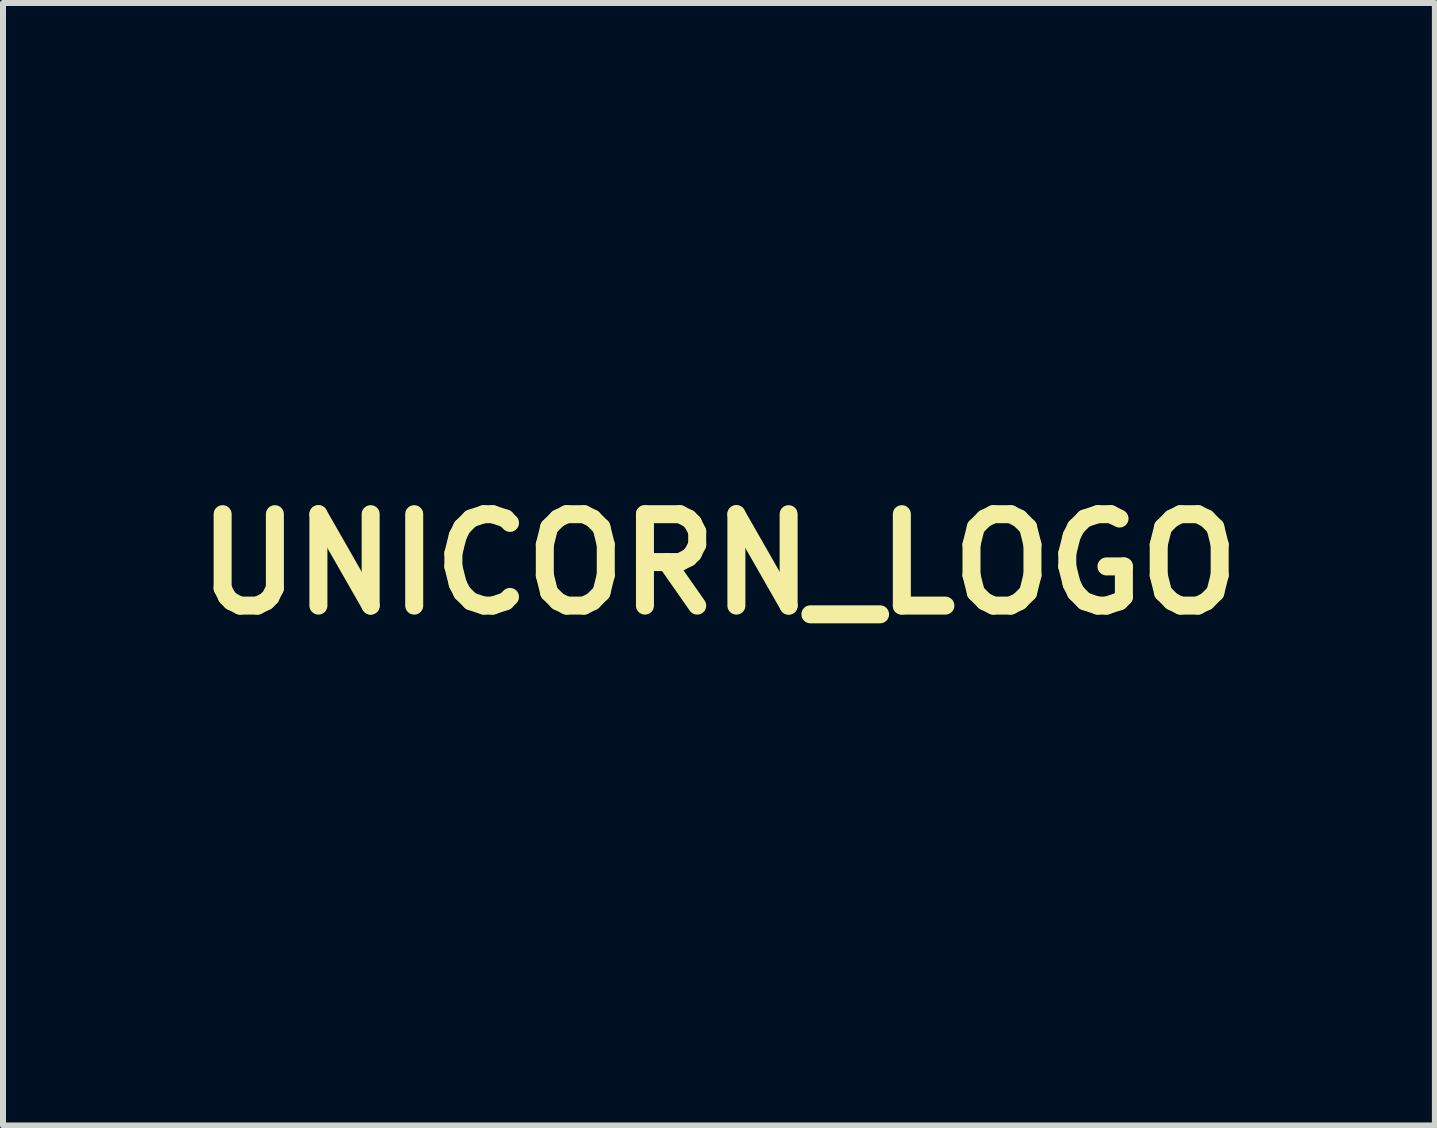
<source format=kicad_pcb>
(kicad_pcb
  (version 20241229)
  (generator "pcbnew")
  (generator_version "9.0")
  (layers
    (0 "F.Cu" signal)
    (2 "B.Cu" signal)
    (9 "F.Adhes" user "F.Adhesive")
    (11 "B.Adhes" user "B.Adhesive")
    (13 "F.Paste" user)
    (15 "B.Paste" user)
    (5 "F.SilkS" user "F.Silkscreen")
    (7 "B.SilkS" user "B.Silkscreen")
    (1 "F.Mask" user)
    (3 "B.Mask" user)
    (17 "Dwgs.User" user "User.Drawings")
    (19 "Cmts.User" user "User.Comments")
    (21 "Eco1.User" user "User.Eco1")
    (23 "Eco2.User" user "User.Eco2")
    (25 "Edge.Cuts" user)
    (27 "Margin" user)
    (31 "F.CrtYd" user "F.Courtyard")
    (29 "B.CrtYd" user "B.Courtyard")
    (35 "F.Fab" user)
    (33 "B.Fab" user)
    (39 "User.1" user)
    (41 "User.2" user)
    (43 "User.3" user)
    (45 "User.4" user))
  (footprint "UNICORN_LOGO"
    (layer "F.Cu")
    (at 8.934 6.355)
    (property "Reference" "UNICORN_LOGO" (at 0 0 0) (layer "F.SilkS") (effects (font (size 1.524 1.524) (thickness 0.3))))
    (attr through_hole)
    (fp_poly (pts (xy 1.034 -1.458) (xy 1.068 -1.439) (xy 1.066 -1.417) (xy 1.058 -1.407) (xy 1.02 -1.378) (xy 0.991 -1.389) (xy 0.982 -1.407) (xy 0.975 -1.451) (xy 0.999 -1.466) (xy 1.034 -1.458)) (stroke (width 0.01) (type solid)) (fill yes) (layer "F.Mask"))
    (fp_poly (pts (xy 8.467 6.35) (xy -8.467 6.35) (xy -8.467 5.842) (xy -5.75 5.842) (xy -5.726 5.831) (xy -5.676 5.8) (xy -5.609 5.757) (xy -5.57 5.731) (xy -5.49 5.671) (xy -5.393 5.591) (xy -5.292 5.501) (xy -5.205 5.419) (xy -5.077 5.284) (xy -4.981 5.162) (xy -4.912 5.044) (xy -4.868 4.922) (xy -4.842 4.787) (xy -4.833 4.697) (xy -4.832 4.457) (xy -4.859 4.234) (xy -4.914 4.035) (xy -4.987 3.879) (xy -5.025 3.82) (xy -5.049 3.8) (xy -5.057 3.816) (xy -5.049 3.867) (xy -5.024 3.951) (xy -5.02 3.963) (xy -4.987 4.098) (xy -4.968 4.259) (xy -4.964 4.429) (xy -4.976 4.595) (xy -5.003 4.74) (xy -5.004 4.741) (xy -5.068 4.949) (xy -5.144 5.126) (xy -5.237 5.285) (xy -5.353 5.436) (xy -5.501 5.59) (xy -5.542 5.63) (xy -5.62 5.704) (xy -5.684 5.767) (xy -5.729 5.813) (xy -5.75 5.839) (xy -5.75 5.842) (xy -8.467 5.842) (xy -8.467 3.124) (xy -5.437 3.124) (xy -5.43 3.132) (xy -5.419 3.133) (xy -5.398 3.116) (xy -5.366 3.072) (xy -5.335 3.022) (xy -5.281 2.914) (xy -5.232 2.787) (xy -5.186 2.633) (xy -5.142 2.449) (xy -5.135 2.416) (xy -4.697 2.416) (xy -4.684 2.626) (xy -4.641 2.846) (xy -4.566 3.082) (xy -4.508 3.229) (xy -4.426 3.423) (xy -4.359 3.584) (xy -4.306 3.72) (xy -4.266 3.836) (xy -4.237 3.94) (xy -4.218 4.037) (xy -4.207 4.135) (xy -4.204 4.239) (xy -4.205 4.357) (xy -4.211 4.494) (xy -4.215 4.572) (xy -4.234 4.823) (xy -4.263 5.036) (xy -4.302 5.218) (xy -4.353 5.373) (xy -4.394 5.465) (xy -4.423 5.523) (xy -4.441 5.565) (xy -4.445 5.577) (xy -4.434 5.588) (xy -4.406 5.571) (xy -4.389 5.551) (xy -4.364 5.515) (xy -4.326 5.455) (xy -4.282 5.383) (xy -4.278 5.376) (xy -4.152 5.122) (xy -4.064 4.853) (xy -4.014 4.566) (xy -4.001 4.318) (xy -4.008 4.102) (xy -4.032 3.905) (xy -4.074 3.717) (xy -4.139 3.529) (xy -4.228 3.33) (xy -4.339 3.122) (xy -4.4 3.012) (xy -4.457 2.905) (xy -4.505 2.811) (xy -4.538 2.74) (xy -4.548 2.717) (xy -4.577 2.629) (xy -4.605 2.516) (xy -4.631 2.394) (xy -4.65 2.28) (xy -4.659 2.188) (xy -4.659 2.183) (xy -4.662 2.134) (xy -4.668 2.121) (xy -4.675 2.139) (xy -4.682 2.182) (xy -4.689 2.244) (xy -4.694 2.32) (xy -4.697 2.405) (xy -4.697 2.416) (xy -5.135 2.416) (xy -5.101 2.244) (xy -5.077 2.119) (xy -5.053 2.002) (xy -5.03 1.901) (xy -5.012 1.827) (xy -5.004 1.799) (xy -4.989 1.745) (xy -4.966 1.659) (xy -4.94 1.552) (xy -4.912 1.434) (xy -4.899 1.376) (xy -4.857 1.203) (xy -4.508 1.203) (xy -4.501 1.246) (xy -4.485 1.316) (xy -4.461 1.407) (xy -4.429 1.515) (xy -4.392 1.635) (xy -4.35 1.763) (xy -4.306 1.893) (xy -4.26 2.022) (xy -4.215 2.144) (xy -4.175 2.244) (xy -4.121 2.37) (xy -4.062 2.499) (xy -4 2.624) (xy -3.939 2.741) (xy -3.883 2.844) (xy -3.833 2.926) (xy -3.794 2.982) (xy -3.769 3.005) (xy -3.766 3.006) (xy -3.747 2.999) (xy -3.747 2.998) (xy -3.754 2.976) (xy -3.776 2.92) (xy -3.811 2.835) (xy -3.856 2.725) (xy -3.909 2.595) (xy -3.969 2.45) (xy -4.033 2.294) (xy -4.1 2.133) (xy -4.167 1.971) (xy -4.232 1.813) (xy -4.295 1.664) (xy -4.351 1.528) (xy -4.401 1.41) (xy -4.44 1.316) (xy -4.469 1.249) (xy -4.484 1.215) (xy -4.486 1.212) (xy -4.503 1.19) (xy -4.508 1.203) (xy -4.857 1.203) (xy -4.781 0.884) (xy -4.765 0.822) (xy -4.402 0.822) (xy -4.401 0.862) (xy -4.391 0.942) (xy -4.373 1.064) (xy -4.346 1.227) (xy -4.34 1.259) (xy -4.307 1.439) (xy -4.276 1.586) (xy -4.243 1.71) (xy -4.205 1.821) (xy -4.158 1.928) (xy -4.098 2.04) (xy -4.023 2.168) (xy -3.996 2.212) (xy -3.948 2.284) (xy -3.893 2.36) (xy -3.837 2.432) (xy -3.784 2.493) (xy -3.742 2.537) (xy -3.717 2.556) (xy -3.713 2.555) (xy -3.72 2.536) (xy -3.744 2.484) (xy -3.781 2.407) (xy -3.829 2.308) (xy -3.884 2.195) (xy -3.894 2.176) (xy -4.033 1.881) (xy -4.122 1.666) (xy -3.555 1.666) (xy -3.543 1.714) (xy -3.509 1.795) (xy -3.504 1.806) (xy -3.455 1.919) (xy -3.41 2.032) (xy -3.371 2.148) (xy -3.334 2.273) (xy -3.299 2.411) (xy -3.265 2.568) (xy -3.231 2.748) (xy -3.195 2.956) (xy -3.157 3.198) (xy -3.122 3.429) (xy -3.073 3.744) (xy -3.026 4.032) (xy -2.979 4.291) (xy -2.934 4.518) (xy -2.892 4.71) (xy -2.852 4.864) (xy -2.833 4.927) (xy -2.807 5.005) (xy -2.772 5.099) (xy -2.731 5.202) (xy -2.689 5.306) (xy -2.647 5.405) (xy -2.609 5.491) (xy -2.578 5.557) (xy -2.556 5.596) (xy -2.548 5.603) (xy -2.551 5.582) (xy -2.562 5.526) (xy -2.58 5.445) (xy -2.604 5.344) (xy -2.614 5.301) (xy -2.646 5.163) (xy -2.681 5.002) (xy -2.714 4.839) (xy -2.741 4.693) (xy -2.742 4.688) (xy -2.805 4.327) (xy -2.863 4.003) (xy -2.916 3.715) (xy -2.964 3.459) (xy -3.01 3.232) (xy -3.052 3.03) (xy -3.093 2.85) (xy -3.133 2.688) (xy -3.173 2.542) (xy -3.213 2.408) (xy -3.255 2.283) (xy -3.299 2.163) (xy -3.346 2.045) (xy -3.396 1.927) (xy -3.413 1.889) (xy -3.456 1.798) (xy -3.495 1.723) (xy -3.527 1.671) (xy -3.546 1.651) (xy -3.547 1.651) (xy -3.555 1.666) (xy -4.122 1.666) (xy -4.148 1.602) (xy -4.223 1.386) (xy -3.174 1.386) (xy -3.171 1.407) (xy -3.15 1.457) (xy -3.113 1.526) (xy -3.074 1.593) (xy -2.91 1.89) (xy -2.767 2.202) (xy -2.645 2.537) (xy -2.539 2.899) (xy -2.449 3.295) (xy -2.435 3.365) (xy -2.417 3.469) (xy -2.397 3.593) (xy -2.377 3.73) (xy -2.357 3.872) (xy -2.339 4.009) (xy -2.324 4.134) (xy -2.313 4.237) (xy -2.308 4.311) (xy -2.307 4.329) (xy -2.301 4.384) (xy -2.286 4.4) (xy -2.268 4.376) (xy -2.257 4.338) (xy -2.238 4.201) (xy -2.229 4.033) (xy -2.228 3.843) (xy -2.235 3.641) (xy -2.25 3.437) (xy -2.273 3.241) (xy -2.303 3.063) (xy -2.31 3.03) (xy -2.388 2.74) (xy -2.497 2.443) (xy -2.631 2.151) (xy -2.786 1.874) (xy -2.955 1.622) (xy -3.045 1.508) (xy -3.099 1.448) (xy -3.143 1.405) (xy -3.17 1.386) (xy -3.174 1.386) (xy -4.223 1.386) (xy -4.245 1.324) (xy -4.317 1.075) (xy -4.352 0.951) (xy -4.377 0.867) (xy -4.394 0.824) (xy -4.402 0.822) (xy -4.765 0.822) (xy -4.661 0.431) (xy -4.537 0.013) (xy -4.408 -0.373) (xy -4.332 -0.574) (xy -3.441 -0.574) (xy -3.429 -0.275) (xy -3.381 0.025) (xy -3.301 0.317) (xy -3.261 0.423) (xy -3.212 0.536) (xy -3.147 0.673) (xy -3.072 0.821) (xy -2.994 0.969) (xy -2.919 1.103) (xy -2.854 1.21) (xy -2.814 1.271) (xy -2.753 1.36) (xy -2.675 1.472) (xy -2.583 1.6) (xy -2.483 1.741) (xy -2.378 1.887) (xy -2.319 1.968) (xy -2.166 2.179) (xy -2.037 2.361) (xy -1.926 2.519) (xy -1.833 2.657) (xy -1.752 2.78) (xy -1.683 2.893) (xy -1.62 3.001) (xy -1.562 3.108) (xy -1.506 3.219) (xy -1.491 3.249) (xy -1.381 3.494) (xy -1.301 3.725) (xy -1.246 3.953) (xy -1.224 4.087) (xy -1.207 4.19) (xy -1.192 4.252) (xy -1.179 4.274) (xy -1.17 4.254) (xy -1.168 4.194) (xy -1.173 4.092) (xy -1.173 4.09) (xy -1.21 3.808) (xy -1.275 3.527) (xy -1.372 3.244) (xy -1.501 2.953) (xy -1.664 2.649) (xy -1.79 2.442) (xy -1.909 2.252) (xy -2.009 2.094) (xy -2.091 1.961) (xy -2.13 1.897) (xy -1.714 1.897) (xy -1.706 1.961) (xy -1.683 2.052) (xy -1.649 2.159) (xy -1.608 2.27) (xy -1.568 2.36) (xy -1.524 2.449) (xy -1.472 2.544) (xy -1.409 2.65) (xy -1.332 2.77) (xy -1.238 2.91) (xy -1.125 3.073) (xy -0.989 3.264) (xy -0.956 3.311) (xy -0.825 3.496) (xy -0.717 3.652) (xy -0.629 3.785) (xy -0.559 3.898) (xy -0.503 3.998) (xy -0.459 4.088) (xy -0.423 4.173) (xy -0.412 4.201) (xy -0.377 4.289) (xy -0.349 4.342) (xy -0.33 4.358) (xy -0.322 4.336) (xy -0.325 4.276) (xy -0.328 4.26) (xy -0.368 4.085) (xy -0.441 3.891) (xy -0.518 3.732) (xy -0.559 3.656) (xy -0.599 3.586) (xy -0.641 3.516) (xy -0.689 3.442) (xy -0.747 3.357) (xy -0.818 3.257) (xy -0.906 3.136) (xy -1.014 2.988) (xy -1.056 2.931) (xy -1.206 2.723) (xy -1.34 2.523) (xy -1.455 2.336) (xy -1.55 2.168) (xy -1.62 2.023) (xy -1.644 1.963) (xy -1.672 1.899) (xy -1.695 1.866) (xy -1.71 1.868) (xy -1.714 1.897) (xy -2.13 1.897) (xy -2.158 1.85) (xy -2.213 1.755) (xy -2.259 1.673) (xy -2.299 1.598) (xy -2.334 1.526) (xy -2.351 1.492) (xy -2.407 1.363) (xy -2.458 1.23) (xy -1.672 1.23) (xy -1.665 1.27) (xy -1.644 1.341) (xy -1.613 1.433) (xy -1.575 1.539) (xy -1.532 1.65) (xy -1.49 1.758) (xy -1.449 1.854) (xy -1.432 1.892) (xy -1.387 1.981) (xy -1.33 2.09) (xy -1.263 2.212) (xy -1.188 2.343) (xy -1.109 2.479) (xy -1.029 2.613) (xy -0.951 2.741) (xy -0.879 2.858) (xy -0.814 2.958) (xy -0.76 3.037) (xy -0.721 3.09) (xy -0.698 3.111) (xy -0.697 3.111) (xy -0.678 3.105) (xy -0.677 3.104) (xy -0.688 3.084) (xy -0.716 3.034) (xy -0.761 2.957) (xy -0.817 2.86) (xy -0.883 2.749) (xy -0.914 2.697) (xy -0.994 2.559) (xy -1.077 2.415) (xy -1.156 2.274) (xy -1.226 2.148) (xy -1.28 2.047) (xy -1.283 2.043) (xy -1.342 1.925) (xy -1.366 1.875) (xy -0.581 1.875) (xy -0.581 2.021) (xy -0.574 2.157) (xy -0.572 2.179) (xy -0.558 2.305) (xy -0.538 2.439) (xy -0.513 2.575) (xy -0.484 2.705) (xy -0.454 2.826) (xy -0.424 2.93) (xy -0.394 3.011) (xy -0.368 3.064) (xy -0.346 3.083) (xy -0.341 3.081) (xy -0.337 3.057) (xy -0.342 3.002) (xy -0.354 2.925) (xy -0.362 2.884) (xy -0.407 2.644) (xy -0.44 2.413) (xy -0.461 2.178) (xy -0.472 1.925) (xy -0.475 1.714) (xy -0.474 1.576) (xy -0.472 1.449) (xy -0.469 1.34) (xy -0.465 1.257) (xy -0.461 1.207) (xy -0.459 1.199) (xy -0.452 1.157) (xy -0.464 1.146) (xy -0.47 1.148) (xy -0.494 1.176) (xy -0.516 1.24) (xy -0.536 1.333) (xy -0.553 1.45) (xy -0.567 1.584) (xy -0.576 1.727) (xy -0.581 1.875) (xy -1.366 1.875) (xy -1.403 1.795) (xy -1.464 1.66) (xy -1.52 1.529) (xy -1.567 1.411) (xy -1.601 1.316) (xy -1.616 1.265) (xy -1.634 1.225) (xy -1.655 1.206) (xy -1.67 1.215) (xy -1.672 1.23) (xy -2.458 1.23) (xy -2.469 1.202) (xy -2.536 1.016) (xy -2.604 0.815) (xy -2.671 0.607) (xy -2.733 0.4) (xy -2.789 0.204) (xy -2.835 0.026) (xy -2.867 -0.117) (xy -2.926 -0.477) (xy -2.958 -0.792) (xy -1.735 -0.792) (xy -1.719 -0.464) (xy -1.666 -0.126) (xy -1.579 0.218) (xy -1.457 0.565) (xy -1.416 0.665) (xy -1.387 0.724) (xy -1.347 0.799) (xy -1.3 0.881) (xy -1.251 0.963) (xy -1.204 1.037) (xy -1.165 1.095) (xy -1.137 1.129) (xy -1.128 1.135) (xy -1.133 1.116) (xy 0.421 1.116) (xy 0.463 1.226) (xy 0.52 1.345) (xy 0.599 1.46) (xy 0.706 1.574) (xy 0.843 1.692) (xy 1.015 1.818) (xy 1.096 1.873) (xy 1.25 1.971) (xy 1.374 2.043) (xy 1.472 2.091) (xy 1.541 2.115) (xy 1.537 2.101) (xy 1.526 2.08) (xy 1.48 2.018) (xy 1.404 1.937) (xy 1.302 1.843) (xy 1.178 1.739) (xy 1.146 1.714) (xy 1.368 1.714) (xy 1.455 1.789) (xy 1.53 1.862) (xy 1.606 1.953) (xy 1.687 2.069) (xy 1.777 2.217) (xy 1.797 2.253) (xy 1.848 2.344) (xy 1.877 2.406) (xy 1.886 2.443) (xy 1.879 2.459) (xy 1.833 2.475) (xy 1.79 2.456) (xy 1.765 2.432) (xy 1.72 2.393) (xy 1.659 2.354) (xy 1.644 2.346) (xy 1.595 2.322) (xy 1.575 2.317) (xy 1.578 2.332) (xy 1.585 2.344) (xy 1.621 2.393) (xy 1.682 2.455) (xy 1.757 2.52) (xy 1.833 2.579) (xy 1.9 2.622) (xy 1.906 2.625) (xy 2.033 2.684) (xy 2.137 2.718) (xy 2.227 2.727) (xy 2.313 2.713) (xy 2.374 2.691) (xy 2.528 2.604) (xy 2.651 2.494) (xy 2.741 2.364) (xy 2.793 2.217) (xy 2.804 2.155) (xy 2.808 2.112) (xy 2.807 2.101) (xy 2.792 2.113) (xy 2.761 2.153) (xy 2.72 2.213) (xy 2.71 2.229) (xy 2.621 2.355) (xy 2.532 2.451) (xy 2.448 2.513) (xy 2.371 2.539) (xy 2.36 2.54) (xy 2.261 2.526) (xy 2.167 2.48) (xy 2.071 2.398) (xy 2.051 2.378) (xy 2.001 2.324) (xy 1.955 2.268) (xy 1.906 2.202) (xy 1.849 2.119) (xy 1.778 2.011) (xy 1.748 1.966) (xy 1.656 1.851) (xy 1.551 1.77) (xy 1.44 1.728) (xy 1.368 1.714) (xy 1.146 1.714) (xy 1.039 1.63) (xy 0.888 1.52) (xy 0.888 1.52) (xy 0.809 1.46) (xy 0.719 1.386) (xy 1.994 1.386) (xy 2.008 1.465) (xy 2.041 1.512) (xy 2.096 1.556) (xy 2.11 1.564) (xy 2.18 1.598) (xy 2.216 1.605) (xy 2.223 1.587) (xy 2.203 1.542) (xy 2.197 1.533) (xy 2.187 1.506) (xy 2.418 1.506) (xy 2.43 1.568) (xy 2.461 1.612) (xy 2.515 1.649) (xy 2.529 1.657) (xy 2.577 1.675) (xy 2.598 1.666) (xy 2.591 1.626) (xy 2.56 1.561) (xy 2.515 1.465) (xy 2.493 1.393) (xy 2.493 1.336) (xy 2.511 1.287) (xy 2.531 1.245) (xy 2.528 1.231) (xy 2.5 1.237) (xy 2.494 1.239) (xy 2.459 1.251) (xy 2.438 1.267) (xy 2.427 1.297) (xy 2.421 1.351) (xy 2.418 1.414) (xy 2.418 1.506) (xy 2.187 1.506) (xy 2.149 1.41) (xy 2.131 1.267) (xy 2.146 1.11) (xy 2.172 1.009) (xy 2.186 0.963) (xy 2.138 1.005) (xy 2.079 1.08) (xy 2.032 1.177) (xy 2.003 1.284) (xy 1.994 1.386) (xy 0.719 1.386) (xy 0.716 1.384) (xy 0.623 1.303) (xy 0.585 1.269) (xy 0.421 1.116) (xy -1.133 1.116) (xy -1.133 1.115) (xy -1.152 1.062) (xy -1.182 0.984) (xy -1.219 0.887) (xy -1.24 0.835) (xy -1.363 0.51) (xy -1.466 0.208) (xy -1.548 -0.067) (xy -1.603 -0.294) (xy -1.625 -0.402) (xy -1.64 -0.497) (xy -1.651 -0.589) (xy -1.657 -0.691) (xy -1.66 -0.813) (xy -1.661 -0.937) (xy -1.662 -1.057) (xy -1.664 -1.162) (xy -1.667 -1.244) (xy -1.671 -1.296) (xy -1.675 -1.312) (xy -1.683 -1.293) (xy -1.694 -1.24) (xy -1.707 -1.163) (xy -1.715 -1.103) (xy -1.735 -0.792) (xy -2.958 -0.792) (xy -2.964 -0.85) (xy -2.98 -1.225) (xy -2.974 -1.594) (xy -2.946 -1.946) (xy -2.899 -2.254) (xy -2.894 -2.278) (xy -1.376 -2.278) (xy -1.372 -2.24) (xy -1.36 -2.181) (xy -1.342 -2.113) (xy -1.321 -2.044) (xy -1.313 -2.021) (xy -1.285 -1.95) (xy -1.247 -1.859) (xy -1.205 -1.765) (xy -1.198 -1.748) (xy -1.149 -1.636) (xy -1.12 -1.549) (xy -1.109 -1.472) (xy -1.116 -1.393) (xy -1.14 -1.3) (xy -1.161 -1.233) (xy -1.21 -1.076) (xy -1.243 -0.94) (xy -1.264 -0.807) (xy -1.275 -0.663) (xy -1.278 -0.493) (xy -1.278 -0.487) (xy -1.274 -0.312) (xy -1.26 -0.166) (xy -1.234 -0.037) (xy -1.194 0.086) (xy -1.136 0.216) (xy -1.132 0.226) (xy -1.024 0.4) (xy -0.883 0.552) (xy -0.714 0.679) (xy -0.521 0.778) (xy -0.309 0.847) (xy -0.084 0.882) (xy 0.011 0.887) (xy 0.116 0.888) (xy 0.053 0.849) (xy -0.145 0.727) (xy -0.31 0.622) (xy -0.447 0.531) (xy -0.56 0.452) (xy -0.653 0.38) (xy -0.73 0.312) (xy -0.797 0.246) (xy -0.856 0.178) (xy -0.899 0.123) (xy -0.954 0.049) (xy -0.993 -0.012) (xy -1.021 -0.071) (xy -1.043 -0.14) (xy -1.065 -0.232) (xy -1.081 -0.307) (xy -1.103 -0.459) (xy -1.112 -0.634) (xy -1.109 -0.816) (xy -1.094 -0.992) (xy -1.068 -1.146) (xy -1.055 -1.194) (xy -1.013 -1.34) (xy -0.845 -1.173) (xy -0.779 -1.109) (xy -0.725 -1.06) (xy -0.689 -1.031) (xy -0.678 -1.027) (xy -0.688 -1.056) (xy -0.714 -1.107) (xy -0.736 -1.147) (xy -0.777 -1.217) (xy -0.828 -1.305) (xy -0.876 -1.386) (xy -0.918 -1.463) (xy -0.941 -1.519) (xy -0.948 -1.565) (xy -0.944 -1.61) (xy -0.942 -1.662) (xy -0.95 -1.692) (xy -0.966 -1.692) (xy -0.98 -1.667) (xy -0.992 -1.654) (xy -1.012 -1.664) (xy -1.041 -1.7) (xy -1.083 -1.766) (xy -1.138 -1.864) (xy -1.206 -1.99) (xy -1.26 -2.089) (xy -1.306 -2.175) (xy -1.343 -2.241) (xy -1.365 -2.279) (xy -1.37 -2.286) (xy -1.376 -2.278) (xy -2.894 -2.278) (xy -2.879 -2.353) (xy -2.867 -2.418) (xy -2.861 -2.455) (xy -2.861 -2.472) (xy -2.865 -2.477) (xy -2.874 -2.477) (xy -2.878 -2.477) (xy -2.895 -2.457) (xy -2.918 -2.403) (xy -2.946 -2.322) (xy -2.976 -2.22) (xy -3.005 -2.106) (xy -3.033 -1.986) (xy -3.045 -1.924) (xy -3.106 -1.505) (xy -3.13 -1.076) (xy -3.117 -0.645) (xy -3.069 -0.215) (xy -2.987 0.206) (xy -2.87 0.613) (xy -2.719 1.002) (xy -2.637 1.177) (xy -2.581 1.291) (xy -2.542 1.371) (xy -2.52 1.42) (xy -2.514 1.443) (xy -2.521 1.442) (xy -2.542 1.421) (xy -2.554 1.408) (xy -2.636 1.305) (xy -2.728 1.173) (xy -2.822 1.024) (xy -2.912 0.869) (xy -2.991 0.718) (xy -2.995 0.709) (xy -3.108 0.446) (xy -3.205 0.166) (xy -3.281 -0.121) (xy -3.334 -0.404) (xy -3.362 -0.672) (xy -3.365 -0.798) (xy -3.369 -0.873) (xy -3.379 -0.918) (xy -3.393 -0.931) (xy -3.407 -0.907) (xy -3.416 -0.863) (xy -3.441 -0.574) (xy -4.332 -0.574) (xy -4.272 -0.731) (xy -4.128 -1.063) (xy -3.976 -1.374) (xy -3.904 -1.507) (xy -3.777 -1.726) (xy -3.632 -1.954) (xy -3.478 -2.179) (xy -3.325 -2.386) (xy -3.243 -2.489) (xy -3.184 -2.558) (xy -1.079 -2.558) (xy -1.074 -2.475) (xy -1.065 -2.384) (xy -1.05 -2.296) (xy -1.049 -2.29) (xy -1.007 -2.127) (xy -0.95 -1.963) (xy -0.875 -1.794) (xy -0.78 -1.615) (xy -0.662 -1.421) (xy -0.518 -1.209) (xy -0.347 -0.973) (xy -0.309 -0.921) (xy -0.23 -0.815) (xy -0.153 -0.707) (xy -0.085 -0.609) (xy -0.033 -0.529) (xy -0.017 -0.503) (xy 0.024 -0.436) (xy 0.056 -0.386) (xy 0.074 -0.361) (xy 0.075 -0.36) (xy 0.073 -0.379) (xy 0.062 -0.428) (xy 0.044 -0.498) (xy 0.039 -0.513) (xy 0.007 -0.617) (xy -0.033 -0.722) (xy -0.084 -0.832) (xy -0.133 -0.925) (xy 1.47 -0.925) (xy 1.475 -0.869) (xy 1.484 -0.791) (xy 1.492 -0.74) (xy 1.509 -0.625) (xy 1.528 -0.491) (xy 1.547 -0.361) (xy 1.553 -0.318) (xy 1.58 -0.145) (xy 1.606 -0.004) (xy 1.632 0.105) (xy 1.656 0.177) (xy 1.678 0.21) (xy 1.684 0.212) (xy 1.708 0.194) (xy 1.714 0.164) (xy 1.711 0.078) (xy 1.702 -0.036) (xy 1.69 -0.165) (xy 1.675 -0.296) (xy 1.669 -0.338) (xy 2.243 -0.338) (xy 2.248 -0.268) (xy 2.257 -0.197) (xy 2.331 0.153) (xy 2.441 0.492) (xy 2.59 0.825) (xy 2.748 1.107) (xy 2.9 1.357) (xy 2.905 1.631) (xy 2.908 1.733) (xy 2.91 1.818) (xy 2.913 1.878) (xy 2.915 1.904) (xy 2.915 1.905) (xy 2.923 1.886) (xy 2.94 1.837) (xy 2.962 1.767) (xy 2.965 1.756) (xy 2.995 1.633) (xy 3.006 1.515) (xy 2.995 1.397) (xy 2.963 1.272) (xy 2.906 1.133) (xy 2.824 0.973) (xy 2.757 0.857) (xy 2.563 0.49) (xy 2.41 0.112) (xy 2.302 -0.253) (xy 2.279 -0.333) (xy 2.26 -0.373) (xy 2.248 -0.374) (xy 2.243 -0.338) (xy 1.669 -0.338) (xy 1.659 -0.415) (xy 1.644 -0.509) (xy 1.64 -0.53) (xy 1.621 -0.604) (xy 1.595 -0.688) (xy 1.564 -0.772) (xy 1.533 -0.849) (xy 1.504 -0.909) (xy 1.482 -0.944) (xy 1.471 -0.949) (xy 1.47 -0.925) (xy -0.133 -0.925) (xy -0.148 -0.953) (xy -0.229 -1.091) (xy -0.329 -1.25) (xy -0.451 -1.436) (xy -0.482 -1.483) (xy 0.554 -1.483) (xy 0.557 -1.452) (xy 0.581 -1.39) (xy 0.613 -1.323) (xy 0.663 -1.228) (xy 0.711 -1.158) (xy 0.768 -1.1) (xy 0.812 -1.063) (xy 0.856 -1.036) (xy 0.908 -1.022) (xy 0.982 -1.016) (xy 1.019 -1.016) (xy 1.091 -1.018) (xy 1.143 -1.025) (xy 1.164 -1.034) (xy 1.164 -1.035) (xy 1.153 -1.06) (xy 1.114 -1.086) (xy 1.044 -1.114) (xy 0.959 -1.141) (xy 0.858 -1.177) (xy 0.793 -1.217) (xy 0.756 -1.268) (xy 0.742 -1.338) (xy 0.741 -1.373) (xy 0.739 -1.428) (xy 0.731 -1.449) (xy 0.713 -1.443) (xy 0.71 -1.44) (xy 0.681 -1.427) (xy 0.644 -1.44) (xy 0.615 -1.46) (xy 0.573 -1.485) (xy 0.554 -1.483) (xy -0.482 -1.483) (xy -0.489 -1.493) (xy -0.58 -1.63) (xy -0.598 -1.658) (xy 0.614 -1.658) (xy 0.632 -1.64) (xy 0.677 -1.615) (xy 0.706 -1.602) (xy 0.799 -1.564) (xy 0.788 -1.47) (xy 0.791 -1.362) (xy 0.829 -1.275) (xy 0.895 -1.212) (xy 0.965 -1.179) (xy 1.045 -1.165) (xy 1.115 -1.172) (xy 1.14 -1.183) (xy 1.164 -1.215) (xy 1.183 -1.268) (xy 1.184 -1.273) (xy 1.2 -1.344) (xy 1.24 -1.275) (xy 1.277 -1.223) (xy 1.301 -1.21) (xy 1.312 -1.237) (xy 1.312 -1.255) (xy 1.294 -1.328) (xy 1.246 -1.409) (xy 1.175 -1.489) (xy 1.092 -1.56) (xy 1.003 -1.613) (xy 0.922 -1.639) (xy 0.814 -1.654) (xy 0.723 -1.663) (xy 0.655 -1.666) (xy 0.618 -1.662) (xy 0.614 -1.658) (xy -0.598 -1.658) (xy -0.667 -1.764) (xy -0.746 -1.889) (xy -0.813 -1.998) (xy -0.865 -2.085) (xy -0.894 -2.139) (xy -0.912 -2.18) (xy -0.384 -2.18) (xy -0.356 -2.186) (xy -0.301 -2.2) (xy -0.262 -2.211) (xy -0.152 -2.262) (xy -0.076 -2.336) (xy -0.059 -2.376) (xy 0.924 -2.376) (xy 0.926 -2.346) (xy 0.947 -2.288) (xy 0.982 -2.211) (xy 1.028 -2.122) (xy 1.08 -2.03) (xy 1.133 -1.943) (xy 1.174 -1.884) (xy 1.206 -1.845) (xy 1.262 -1.783) (xy 1.338 -1.702) (xy 1.43 -1.605) (xy 1.534 -1.496) (xy 1.647 -1.38) (xy 1.765 -1.259) (xy 1.883 -1.138) (xy 1.999 -1.021) (xy 2.109 -0.912) (xy 2.208 -0.814) (xy 2.292 -0.731) (xy 2.359 -0.668) (xy 2.404 -0.627) (xy 2.424 -0.614) (xy 2.422 -0.63) (xy 2.403 -0.672) (xy 2.38 -0.714) (xy 2.333 -0.793) (xy 2.286 -0.865) (xy 2.237 -0.933) (xy 2.178 -1.005) (xy 2.107 -1.084) (xy 2.019 -1.177) (xy 1.909 -1.29) (xy 1.791 -1.408) (xy 1.577 -1.623) (xy 1.394 -1.814) (xy 1.243 -1.98) (xy 1.123 -2.12) (xy 1.036 -2.233) (xy 0.994 -2.298) (xy 0.96 -2.349) (xy 0.934 -2.376) (xy 0.924 -2.376) (xy -0.059 -2.376) (xy -0.035 -2.431) (xy -0.034 -2.449) (xy 1.299 -2.449) (xy 1.303 -2.426) (xy 1.325 -2.373) (xy 1.362 -2.297) (xy 1.41 -2.205) (xy 1.465 -2.103) (xy 1.525 -1.999) (xy 1.584 -1.899) (xy 1.641 -1.81) (xy 1.645 -1.804) (xy 1.789 -1.605) (xy 1.935 -1.444) (xy 2.09 -1.316) (xy 2.257 -1.216) (xy 2.34 -1.178) (xy 2.406 -1.151) (xy 2.454 -1.131) (xy 2.474 -1.124) (xy 2.462 -1.137) (xy 2.424 -1.174) (xy 2.366 -1.231) (xy 2.291 -1.303) (xy 2.233 -1.359) (xy 2.033 -1.56) (xy 1.838 -1.778) (xy 1.641 -2.021) (xy 1.481 -2.233) (xy 1.422 -2.315) (xy 1.371 -2.383) (xy 1.336 -2.432) (xy 1.32 -2.453) (xy 1.319 -2.454) (xy 1.301 -2.451) (xy 1.299 -2.449) (xy -0.034 -2.449) (xy -0.033 -2.511) (xy 1.509 -2.511) (xy 1.514 -2.488) (xy 1.543 -2.444) (xy 1.59 -2.387) (xy 1.65 -2.323) (xy 1.714 -2.261) (xy 1.765 -2.218) (xy 1.828 -2.169) (xy 1.889 -2.125) (xy 1.954 -2.082) (xy 2.031 -2.035) (xy 2.127 -1.981) (xy 2.248 -1.914) (xy 2.362 -1.852) (xy 2.51 -1.771) (xy 2.628 -1.704) (xy 2.722 -1.646) (xy 2.799 -1.594) (xy 2.865 -1.542) (xy 2.928 -1.485) (xy 2.995 -1.418) (xy 3.008 -1.405) (xy 3.108 -1.292) (xy 3.18 -1.189) (xy 3.232 -1.083) (xy 3.261 -1) (xy 3.285 -0.936) (xy 3.304 -0.913) (xy 3.315 -0.931) (xy 3.315 -0.989) (xy 3.312 -1.011) (xy 3.299 -1.085) (xy 3.278 -1.177) (xy 3.256 -1.259) (xy 3.216 -1.384) (xy 3.168 -1.492) (xy 3.11 -1.587) (xy 3.037 -1.673) (xy 2.946 -1.752) (xy 2.831 -1.829) (xy 2.689 -1.906) (xy 2.516 -1.987) (xy 2.307 -2.075) (xy 2.232 -2.106) (xy 2.058 -2.179) (xy 1.915 -2.249) (xy 1.791 -2.321) (xy 1.676 -2.4) (xy 1.613 -2.45) (xy 1.561 -2.488) (xy 1.523 -2.51) (xy 1.509 -2.511) (xy -0.033 -2.511) (xy -0.032 -2.543) (xy -0.039 -2.582) (xy -0.057 -2.656) (xy -0.083 -2.564) (xy -0.109 -2.502) (xy -0.155 -2.434) (xy -0.229 -2.353) (xy -0.255 -2.326) (xy -0.315 -2.265) (xy -0.359 -2.216) (xy -0.383 -2.186) (xy -0.384 -2.18) (xy -0.912 -2.18) (xy -0.948 -2.262) (xy -0.993 -2.388) (xy -1.024 -2.503) (xy -1.037 -2.596) (xy -1.037 -2.607) (xy -1.044 -2.654) (xy -1.058 -2.678) (xy -1.071 -2.668) (xy -1.078 -2.625) (xy -1.079 -2.558) (xy -3.184 -2.558) (xy -3.116 -2.637) (xy -2.975 -2.79) (xy -2.975 -2.79) (xy 0.296 -2.79) (xy 0.311 -2.783) (xy 0.351 -2.797) (xy 0.406 -2.828) (xy 0.469 -2.869) (xy 0.531 -2.915) (xy 0.585 -2.962) (xy 0.619 -2.999) (xy 0.66 -3.072) (xy 0.681 -3.154) (xy 0.682 -3.189) (xy 1.616 -3.189) (xy 1.617 -3.163) (xy 1.64 -3.111) (xy 1.68 -3.043) (xy 1.733 -2.966) (xy 1.792 -2.887) (xy 1.852 -2.818) (xy 1.91 -2.762) (xy 1.987 -2.697) (xy 2.085 -2.622) (xy 2.208 -2.534) (xy 2.358 -2.433) (xy 2.538 -2.315) (xy 2.75 -2.179) (xy 2.868 -2.105) (xy 3.078 -1.96) (xy 3.248 -1.813) (xy 3.38 -1.66) (xy 3.478 -1.499) (xy 3.543 -1.327) (xy 3.548 -1.307) (xy 3.571 -1.229) (xy 3.586 -1.191) (xy 3.594 -1.193) (xy 3.594 -1.234) (xy 3.585 -1.313) (xy 3.579 -1.354) (xy 3.545 -1.52) (xy 3.496 -1.669) (xy 3.429 -1.805) (xy 3.339 -1.932) (xy 3.224 -2.054) (xy 3.081 -2.175) (xy 2.905 -2.299) (xy 2.694 -2.429) (xy 2.572 -2.499) (xy 2.345 -2.631) (xy 2.145 -2.757) (xy 1.975 -2.876) (xy 1.838 -2.985) (xy 1.758 -3.061) (xy 1.996 -3.061) (xy 2.007 -3.046) (xy 2.046 -3.017) (xy 2.106 -2.979) (xy 2.177 -2.938) (xy 2.251 -2.899) (xy 2.307 -2.872) (xy 2.371 -2.847) (xy 2.444 -2.823) (xy 2.532 -2.798) (xy 2.641 -2.772) (xy 2.778 -2.743) (xy 2.948 -2.71) (xy 2.999 -2.7) (xy 3.225 -2.65) (xy 3.414 -2.594) (xy 3.571 -2.527) (xy 3.702 -2.447) (xy 3.813 -2.351) (xy 3.907 -2.237) (xy 3.958 -2.159) (xy 4.015 -2.071) (xy 4.055 -2.022) (xy 4.078 -2.012) (xy 4.085 -2.037) (xy 4.072 -2.079) (xy 4.035 -2.146) (xy 3.977 -2.234) (xy 3.919 -2.315) (xy 3.8 -2.445) (xy 3.65 -2.567) (xy 3.478 -2.675) (xy 3.292 -2.765) (xy 3.104 -2.832) (xy 2.922 -2.871) (xy 2.807 -2.879) (xy 2.747 -2.881) (xy 2.716 -2.894) (xy 2.699 -2.927) (xy 2.691 -2.958) (xy 2.679 -3.02) (xy 2.666 -3.106) (xy 2.657 -3.192) (xy 2.646 -3.284) (xy 2.629 -3.371) (xy 2.613 -3.433) (xy 2.594 -3.487) (xy 2.583 -3.521) (xy 2.582 -3.526) (xy 2.598 -3.542) (xy 2.641 -3.578) (xy 2.703 -3.627) (xy 2.777 -3.684) (xy 2.856 -3.744) (xy 2.933 -3.801) (xy 3 -3.85) (xy 3.049 -3.884) (xy 3.057 -3.89) (xy 3.096 -3.917) (xy 3.164 -3.967) (xy 3.254 -4.036) (xy 3.362 -4.119) (xy 3.483 -4.213) (xy 3.612 -4.313) (xy 3.744 -4.416) (xy 3.874 -4.519) (xy 3.997 -4.616) (xy 4.107 -4.704) (xy 4.2 -4.779) (xy 4.271 -4.837) (xy 4.313 -4.873) (xy 4.378 -4.925) (xy 4.417 -4.943) (xy 4.432 -4.927) (xy 4.422 -4.877) (xy 4.387 -4.793) (xy 4.369 -4.757) (xy 4.337 -4.706) (xy 4.292 -4.648) (xy 4.243 -4.593) (xy 4.198 -4.55) (xy 4.167 -4.53) (xy 4.164 -4.53) (xy 4.153 -4.548) (xy 4.152 -4.586) (xy 4.152 -4.634) (xy 4.136 -4.644) (xy 4.105 -4.617) (xy 4.058 -4.552) (xy 4.022 -4.492) (xy 3.971 -4.408) (xy 3.911 -4.317) (xy 3.847 -4.226) (xy 3.785 -4.142) (xy 3.731 -4.071) (xy 3.688 -4.022) (xy 3.662 -4.001) (xy 3.66 -4) (xy 3.636 -4.019) (xy 3.617 -4.064) (xy 3.606 -4.118) (xy 3.608 -4.164) (xy 3.616 -4.205) (xy 3.61 -4.211) (xy 3.593 -4.187) (xy 3.568 -4.136) (xy 3.535 -4.064) (xy 3.498 -3.975) (xy 3.459 -3.873) (xy 3.447 -3.84) (xy 3.404 -3.734) (xy 3.362 -3.659) (xy 3.315 -3.604) (xy 3.307 -3.596) (xy 3.267 -3.562) (xy 3.24 -3.548) (xy 3.22 -3.559) (xy 3.203 -3.598) (xy 3.181 -3.672) (xy 3.17 -3.714) (xy 3.142 -3.82) (xy 3.06 -3.587) (xy 3.012 -3.454) (xy 2.972 -3.351) (xy 2.934 -3.27) (xy 2.896 -3.202) (xy 2.851 -3.135) (xy 2.827 -3.104) (xy 2.789 -3.052) (xy 2.766 -3.016) (xy 2.763 -3.006) (xy 2.782 -3.018) (xy 2.829 -3.053) (xy 2.897 -3.105) (xy 2.982 -3.171) (xy 3.053 -3.227) (xy 3.161 -3.315) (xy 3.273 -3.413) (xy 3.393 -3.525) (xy 3.526 -3.656) (xy 3.679 -3.811) (xy 3.81 -3.948) (xy 3.94 -4.083) (xy 4.075 -4.221) (xy 4.208 -4.355) (xy 4.333 -4.478) (xy 4.443 -4.584) (xy 4.533 -4.668) (xy 4.551 -4.684) (xy 4.632 -4.757) (xy 4.729 -4.845) (xy 4.839 -4.946) (xy 4.957 -5.055) (xy 5.08 -5.169) (xy 5.203 -5.284) (xy 5.323 -5.397) (xy 5.436 -5.503) (xy 5.538 -5.599) (xy 5.625 -5.682) (xy 5.693 -5.748) (xy 5.739 -5.793) (xy 5.757 -5.813) (xy 5.757 -5.814) (xy 5.74 -5.809) (xy 5.696 -5.789) (xy 5.634 -5.756) (xy 5.631 -5.754) (xy 5.566 -5.715) (xy 5.494 -5.665) (xy 5.41 -5.601) (xy 5.31 -5.517) (xy 5.189 -5.411) (xy 5.056 -5.292) (xy 4.903 -5.154) (xy 4.917 -5.228) (xy 4.925 -5.276) (xy 4.921 -5.287) (xy 4.902 -5.266) (xy 4.894 -5.257) (xy 4.863 -5.217) (xy 4.818 -5.155) (xy 4.773 -5.092) (xy 4.715 -5.02) (xy 4.652 -4.956) (xy 4.593 -4.91) (xy 4.548 -4.89) (xy 4.543 -4.89) (xy 4.534 -4.908) (xy 4.53 -4.955) (xy 4.53 -4.97) (xy 4.531 -5) (xy 4.536 -5.027) (xy 4.549 -5.055) (xy 4.573 -5.086) (xy 4.613 -5.124) (xy 4.671 -5.173) (xy 4.752 -5.236) (xy 4.86 -5.317) (xy 4.997 -5.419) (xy 5.016 -5.434) (xy 5.128 -5.518) (xy 5.23 -5.596) (xy 5.317 -5.664) (xy 5.383 -5.718) (xy 5.423 -5.752) (xy 5.429 -5.759) (xy 5.444 -5.78) (xy 5.431 -5.777) (xy 5.388 -5.75) (xy 5.366 -5.734) (xy 5.33 -5.709) (xy 5.263 -5.662) (xy 5.168 -5.596) (xy 5.048 -5.512) (xy 4.906 -5.412) (xy 4.745 -5.3) (xy 4.57 -5.177) (xy 4.382 -5.046) (xy 4.186 -4.909) (xy 4.128 -4.868) (xy 3.923 -4.724) (xy 3.721 -4.582) (xy 3.527 -4.444) (xy 3.343 -4.313) (xy 3.175 -4.192) (xy 3.025 -4.083) (xy 2.897 -3.989) (xy 2.796 -3.914) (xy 2.726 -3.86) (xy 2.72 -3.855) (xy 2.542 -3.711) (xy 2.387 -3.582) (xy 2.258 -3.47) (xy 2.157 -3.377) (xy 2.084 -3.304) (xy 2.042 -3.254) (xy 2.032 -3.231) (xy 2.034 -3.206) (xy 2.049 -3.204) (xy 2.087 -3.227) (xy 2.09 -3.23) (xy 2.139 -3.261) (xy 2.206 -3.301) (xy 2.279 -3.345) (xy 2.351 -3.388) (xy 2.413 -3.423) (xy 2.453 -3.445) (xy 2.465 -3.45) (xy 2.474 -3.432) (xy 2.486 -3.387) (xy 2.487 -3.381) (xy 2.501 -3.317) (xy 2.523 -3.231) (xy 2.548 -3.137) (xy 2.573 -3.048) (xy 2.594 -2.978) (xy 2.605 -2.947) (xy 2.614 -2.915) (xy 2.598 -2.902) (xy 2.551 -2.9) (xy 2.502 -2.907) (xy 2.425 -2.926) (xy 2.331 -2.954) (xy 2.241 -2.984) (xy 2.148 -3.017) (xy 2.071 -3.042) (xy 2.018 -3.058) (xy 1.996 -3.061) (xy 1.996 -3.061) (xy 1.758 -3.061) (xy 1.746 -3.073) (xy 1.691 -3.13) (xy 1.646 -3.171) (xy 1.62 -3.19) (xy 1.616 -3.189) (xy 0.682 -3.189) (xy 0.683 -3.255) (xy 0.667 -3.38) (xy 0.64 -3.503) (xy 0.597 -3.687) (xy 0.567 -3.84) (xy 0.564 -3.856) (xy 0.677 -3.856) (xy 0.697 -3.848) (xy 0.752 -3.834) (xy 0.836 -3.816) (xy 0.942 -3.795) (xy 1.064 -3.772) (xy 1.067 -3.771) (xy 1.206 -3.745) (xy 1.344 -3.718) (xy 1.471 -3.691) (xy 1.576 -3.667) (xy 1.634 -3.652) (xy 1.735 -3.625) (xy 1.803 -3.608) (xy 1.842 -3.601) (xy 1.86 -3.603) (xy 1.863 -3.609) (xy 1.844 -3.625) (xy 1.796 -3.653) (xy 1.725 -3.689) (xy 1.641 -3.728) (xy 1.553 -3.766) (xy 1.469 -3.8) (xy 1.398 -3.826) (xy 1.389 -3.829) (xy 1.288 -3.855) (xy 1.177 -3.877) (xy 1.101 -3.887) (xy 1.021 -3.891) (xy 0.932 -3.891) (xy 0.843 -3.887) (xy 0.765 -3.879) (xy 0.707 -3.87) (xy 0.679 -3.859) (xy 0.677 -3.856) (xy 0.564 -3.856) (xy 0.547 -3.969) (xy 0.538 -4.082) (xy 0.539 -4.189) (xy 0.548 -4.297) (xy 0.556 -4.355) (xy 0.564 -4.419) (xy 0.562 -4.45) (xy 0.548 -4.456) (xy 0.543 -4.454) (xy 0.51 -4.428) (xy 0.486 -4.376) (xy 0.472 -4.297) (xy 0.467 -4.187) (xy 0.472 -4.043) (xy 0.486 -3.862) (xy 0.499 -3.73) (xy 0.516 -3.522) (xy 0.518 -3.348) (xy 0.504 -3.203) (xy 0.473 -3.081) (xy 0.425 -2.977) (xy 0.369 -2.898) (xy 0.328 -2.845) (xy 0.302 -2.804) (xy 0.296 -2.79) (xy -2.975 -2.79) (xy -2.826 -2.941) (xy -2.676 -3.084) (xy -2.532 -3.213) (xy -2.401 -3.32) (xy -2.294 -3.397) (xy -0.517 -3.397) (xy -0.517 -3.298) (xy -0.513 -3.226) (xy -0.501 -3.168) (xy -0.48 -3.108) (xy -0.446 -3.033) (xy -0.44 -3.022) (xy -0.404 -2.948) (xy -0.374 -2.891) (xy -0.356 -2.86) (xy -0.353 -2.857) (xy -0.351 -2.876) (xy -0.358 -2.921) (xy -0.362 -2.937) (xy -0.363 -2.945) (xy -0.005 -2.945) (xy -0.004 -2.942) (xy 0.022 -2.952) (xy 0.072 -2.979) (xy 0.127 -3.011) (xy 0.202 -3.065) (xy 0.272 -3.131) (xy 0.306 -3.172) (xy 0.339 -3.222) (xy 0.358 -3.267) (xy 0.367 -3.321) (xy 0.37 -3.397) (xy 0.37 -3.436) (xy 0.366 -3.544) (xy 0.353 -3.634) (xy 0.339 -3.682) (xy 0.309 -3.756) (xy 0.282 -3.619) (xy 0.253 -3.517) (xy 0.201 -3.385) (xy 0.126 -3.228) (xy 0.118 -3.212) (xy 0.07 -3.116) (xy 0.031 -3.036) (xy 0.006 -2.976) (xy -0.005 -2.945) (xy -0.363 -2.945) (xy -0.373 -3.015) (xy -0.379 -3.118) (xy -0.379 -3.231) (xy -0.374 -3.339) (xy -0.364 -3.428) (xy -0.358 -3.46) (xy -0.34 -3.498) (xy -0.298 -3.568) (xy -0.235 -3.669) (xy -0.152 -3.797) (xy -0.05 -3.951) (xy 0.07 -4.13) (xy 0.206 -4.329) (xy 0.357 -4.549) (xy 0.521 -4.785) (xy 0.624 -4.932) (xy 0.673 -5.004) (xy 0.699 -5.045) (xy 0.698 -5.056) (xy 0.669 -5.036) (xy 0.611 -4.988) (xy 0.572 -4.953) (xy 0.385 -4.787) (xy 0.227 -4.643) (xy 0.095 -4.518) (xy -0.015 -4.407) (xy -0.107 -4.308) (xy -0.184 -4.216) (xy -0.25 -4.126) (xy -0.309 -4.036) (xy -0.33 -4) (xy -0.404 -3.869) (xy -0.456 -3.759) (xy -0.49 -3.658) (xy -0.509 -3.555) (xy -0.516 -3.438) (xy -0.517 -3.397) (xy -2.294 -3.397) (xy -2.293 -3.398) (xy -2.123 -3.507) (xy -1.982 -3.596) (xy -1.861 -3.669) (xy -1.753 -3.729) (xy -1.651 -3.781) (xy -1.547 -3.827) (xy -1.435 -3.871) (xy -1.307 -3.918) (xy -1.17 -3.965) (xy -1.064 -4.004) (xy -1 -4.033) (xy -0.976 -4.052) (xy -0.993 -4.062) (xy -1.021 -4.064) (xy -1.078 -4.058) (xy -1.165 -4.04) (xy -1.272 -4.014) (xy -1.39 -3.983) (xy -1.508 -3.948) (xy -1.617 -3.913) (xy -1.688 -3.887) (xy -2.057 -3.722) (xy -2.413 -3.518) (xy -2.752 -3.278) (xy -3.074 -3.003) (xy -3.377 -2.694) (xy -3.659 -2.355) (xy -3.918 -1.986) (xy -4.153 -1.59) (xy -4.362 -1.169) (xy -4.543 -0.723) (xy -4.556 -0.688) (xy -4.638 -0.445) (xy -4.718 -0.175) (xy -4.797 0.124) (xy -4.876 0.455) (xy -4.954 0.82) (xy -5.033 1.221) (xy -5.112 1.661) (xy -5.154 1.905) (xy -5.193 2.134) (xy -5.226 2.326) (xy -5.254 2.484) (xy -5.278 2.612) (xy -5.298 2.715) (xy -5.316 2.797) (xy -5.333 2.861) (xy -5.348 2.911) (xy -5.364 2.952) (xy -5.376 2.98) (xy -5.412 3.055) (xy -5.432 3.101) (xy -5.437 3.124) (xy -8.467 3.124) (xy -8.467 -6.35) (xy 8.467 -6.35) (xy 8.467 6.35)) (stroke (width 0.01) (type solid)) (fill yes) (layer "F.Mask")))
  (gr_rect
    (start -3 -3)
    (end 20.867 15.71)
    (stroke (width 0.1) (type default))
    (fill no)
    (layer "Edge.Cuts")))
</source>
